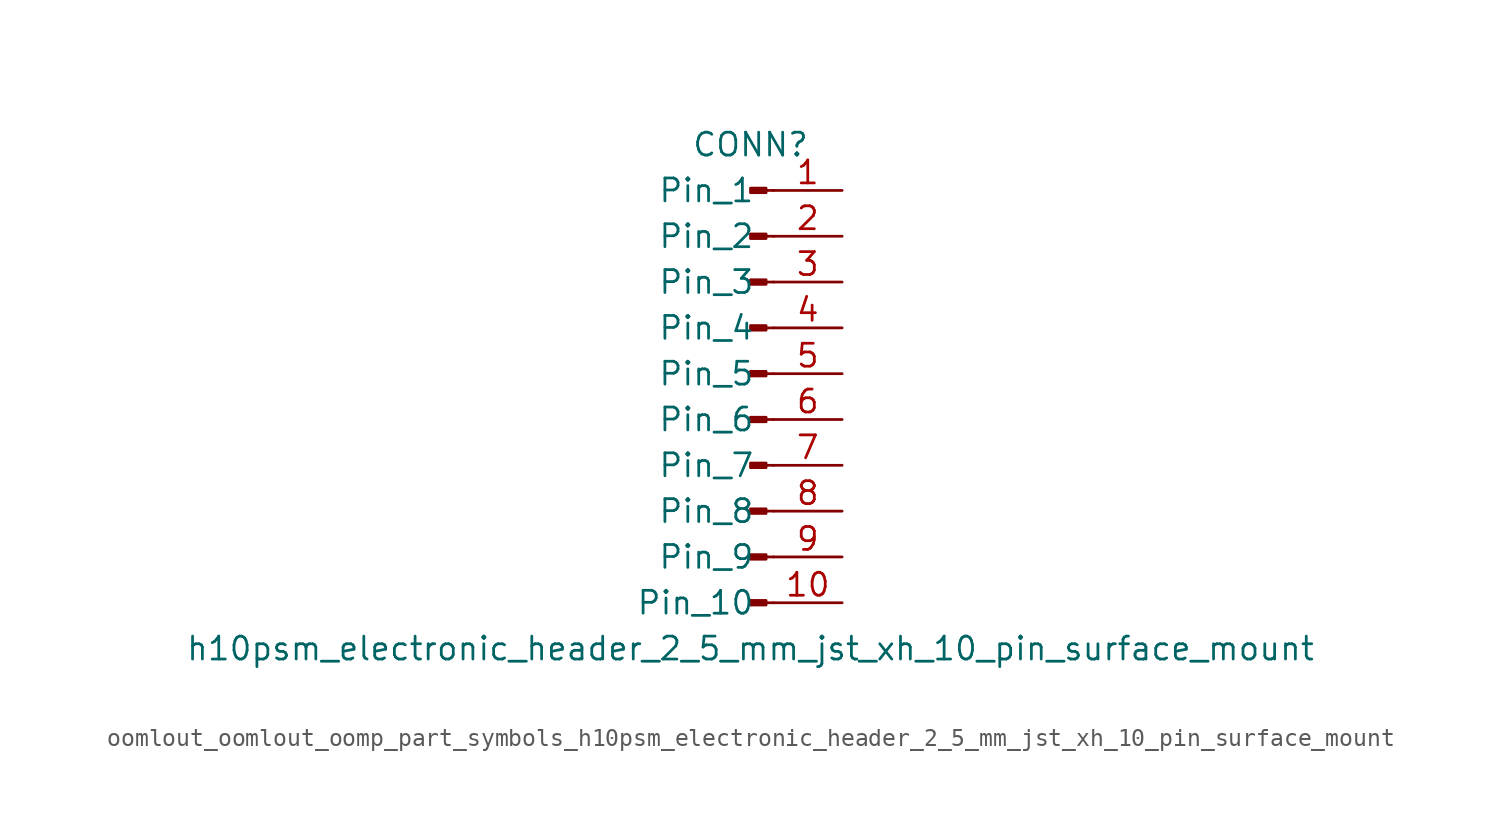
<source format=kicad_sym>
(kicad_symbol_lib
  (version 20220914)
  (generator kicad_symbol_editor)
  (symbol "oomlout_oomlout_oomp_part_symbols_h10psm_electronic_header_2_5_mm_jst_xh_10_pin_surface_mount"
    (pin_names
      (offset 1.016))
    (property "Reference" "CONN"
      (at 0 12.7 0)
      (effects (font (size 1.27 1.27))))
    (property "Value" "h10psm_electronic_header_2_5_mm_jst_xh_10_pin_surface_mount"
      (at 0 -15.24 0)
      (effects (font (size 1.27 1.27))))
    (property "ki_locked" ""
      (at 0 0 0)
      (effects (font (size 1.27 1.27))))
    (symbol "oomlout_oomlout_oomp_part_symbols_h10psm_electronic_header_2_5_mm_jst_xh_10_pin_surface_mount_1_1"
      (polyline (pts (xy 1.27 -12.7) (xy 0.864 -12.7)) (stroke (width 0.152) (type default)) (fill (type none)))
      (polyline (pts (xy 1.27 -10.16) (xy 0.864 -10.16)) (stroke (width 0.152) (type default)) (fill (type none)))
      (polyline (pts (xy 1.27 -7.62) (xy 0.864 -7.62)) (stroke (width 0.152) (type default)) (fill (type none)))
      (polyline (pts (xy 1.27 -5.08) (xy 0.864 -5.08)) (stroke (width 0.152) (type default)) (fill (type none)))
      (polyline (pts (xy 1.27 -2.54) (xy 0.864 -2.54)) (stroke (width 0.152) (type default)) (fill (type none)))
      (polyline (pts (xy 1.27 0) (xy 0.864 0)) (stroke (width 0.152) (type default)) (fill (type none)))
      (polyline (pts (xy 1.27 2.54) (xy 0.864 2.54)) (stroke (width 0.152) (type default)) (fill (type none)))
      (polyline (pts (xy 1.27 5.08) (xy 0.864 5.08)) (stroke (width 0.152) (type default)) (fill (type none)))
      (polyline (pts (xy 1.27 7.62) (xy 0.864 7.62)) (stroke (width 0.152) (type default)) (fill (type none)))
      (polyline (pts (xy 1.27 10.16) (xy 0.864 10.16)) (stroke (width 0.152) (type default)) (fill (type none)))
      (rectangle (start 0.864 -12.573) (end 0 -12.827) (stroke (width 0.152) (type default)) (fill (type outline)))
      (rectangle (start 0.864 -10.033) (end 0 -10.287) (stroke (width 0.152) (type default)) (fill (type outline)))
      (rectangle (start 0.864 -7.493) (end 0 -7.747) (stroke (width 0.152) (type default)) (fill (type outline)))
      (rectangle (start 0.864 -4.953) (end 0 -5.207) (stroke (width 0.152) (type default)) (fill (type outline)))
      (rectangle (start 0.864 -2.413) (end 0 -2.667) (stroke (width 0.152) (type default)) (fill (type outline)))
      (rectangle (start 0.864 0.127) (end 0 -0.127) (stroke (width 0.152) (type default)) (fill (type outline)))
      (rectangle (start 0.864 2.667) (end 0 2.413) (stroke (width 0.152) (type default)) (fill (type outline)))
      (rectangle (start 0.864 5.207) (end 0 4.953) (stroke (width 0.152) (type default)) (fill (type outline)))
      (rectangle (start 0.864 7.747) (end 0 7.493) (stroke (width 0.152) (type default)) (fill (type outline)))
      (rectangle (start 0.864 10.287) (end 0 10.033) (stroke (width 0.152) (type default)) (fill (type outline)))
      (pin passive line (at 5.08 10.16 180) (length 3.81) (name "Pin_1" (effects (font (size 1.27 1.27)))) (number "1" (effects (font (size 1.27 1.27)))))
      (pin passive line (at 5.08 -12.7 180) (length 3.81) (name "Pin_10" (effects (font (size 1.27 1.27)))) (number "10" (effects (font (size 1.27 1.27)))))
      (pin passive line (at 5.08 7.62 180) (length 3.81) (name "Pin_2" (effects (font (size 1.27 1.27)))) (number "2" (effects (font (size 1.27 1.27)))))
      (pin passive line (at 5.08 5.08 180) (length 3.81) (name "Pin_3" (effects (font (size 1.27 1.27)))) (number "3" (effects (font (size 1.27 1.27)))))
      (pin passive line (at 5.08 2.54 180) (length 3.81) (name "Pin_4" (effects (font (size 1.27 1.27)))) (number "4" (effects (font (size 1.27 1.27)))))
      (pin passive line (at 5.08 0 180) (length 3.81) (name "Pin_5" (effects (font (size 1.27 1.27)))) (number "5" (effects (font (size 1.27 1.27)))))
      (pin passive line (at 5.08 -2.54 180) (length 3.81) (name "Pin_6" (effects (font (size 1.27 1.27)))) (number "6" (effects (font (size 1.27 1.27)))))
      (pin passive line (at 5.08 -5.08 180) (length 3.81) (name "Pin_7" (effects (font (size 1.27 1.27)))) (number "7" (effects (font (size 1.27 1.27)))))
      (pin passive line (at 5.08 -7.62 180) (length 3.81) (name "Pin_8" (effects (font (size 1.27 1.27)))) (number "8" (effects (font (size 1.27 1.27)))))
      (pin passive line (at 5.08 -10.16 180) (length 3.81) (name "Pin_9" (effects (font (size 1.27 1.27)))) (number "9" (effects (font (size 1.27 1.27))))))))
</source>
